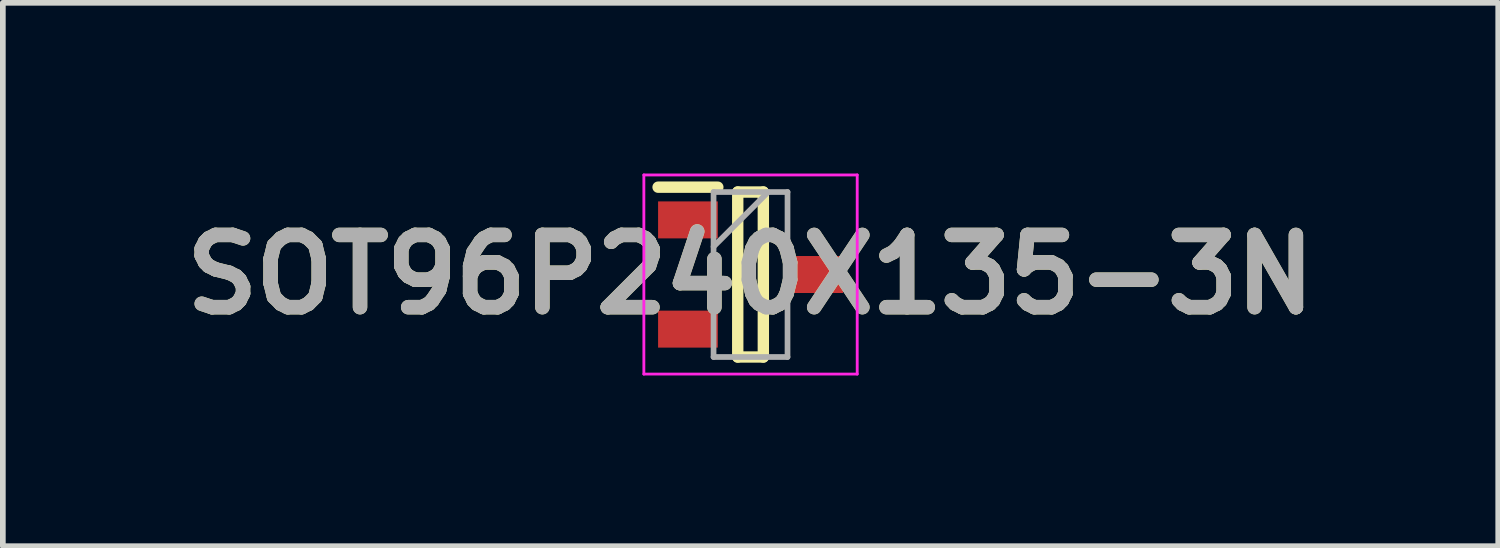
<source format=kicad_pcb>
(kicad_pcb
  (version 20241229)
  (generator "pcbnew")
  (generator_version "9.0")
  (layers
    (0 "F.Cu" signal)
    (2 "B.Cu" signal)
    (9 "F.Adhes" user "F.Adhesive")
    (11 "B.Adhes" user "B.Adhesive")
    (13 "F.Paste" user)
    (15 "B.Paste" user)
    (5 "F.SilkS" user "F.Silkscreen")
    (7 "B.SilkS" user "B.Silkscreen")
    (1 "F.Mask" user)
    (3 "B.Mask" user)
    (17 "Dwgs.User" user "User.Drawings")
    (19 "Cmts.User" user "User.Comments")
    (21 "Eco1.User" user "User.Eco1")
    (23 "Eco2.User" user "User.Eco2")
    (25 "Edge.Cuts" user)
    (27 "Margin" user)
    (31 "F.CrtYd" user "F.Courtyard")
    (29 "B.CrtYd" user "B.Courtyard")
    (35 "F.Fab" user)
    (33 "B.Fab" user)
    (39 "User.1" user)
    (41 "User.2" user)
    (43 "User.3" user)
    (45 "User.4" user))
  (footprint "SOT96P240X135-3N"
    (layer "F.Cu")
    (at 10.142 1.775)
    (property "Reference" "SOT96P240X135-3N" (at 0 0 0) (layer "F.SilkS") (effects (font (size 1.27 1.27) (thickness 0.254))))
    (attr smd)
    (fp_line (start -1.625 -1.535) (end -0.575 -1.535) (stroke (width 0.2) (type solid)) (layer "F.SilkS"))
    (fp_line (start -0.225 -1.45) (end 0.225 -1.45) (stroke (width 0.2) (type solid)) (layer "F.SilkS"))
    (fp_line (start -0.225 1.45) (end -0.225 -1.45) (stroke (width 0.2) (type solid)) (layer "F.SilkS"))
    (fp_line (start 0.225 -1.45) (end 0.225 1.45) (stroke (width 0.2) (type solid)) (layer "F.SilkS"))
    (fp_line (start 0.225 1.45) (end -0.225 1.45) (stroke (width 0.2) (type solid)) (layer "F.SilkS"))
    (fp_line (start -1.875 -1.75) (end 1.875 -1.75) (stroke (width 0.05) (type solid)) (layer "F.CrtYd"))
    (fp_line (start -1.875 1.75) (end -1.875 -1.75) (stroke (width 0.05) (type solid)) (layer "F.CrtYd"))
    (fp_line (start 1.875 -1.75) (end 1.875 1.75) (stroke (width 0.05) (type solid)) (layer "F.CrtYd"))
    (fp_line (start 1.875 1.75) (end -1.875 1.75) (stroke (width 0.05) (type solid)) (layer "F.CrtYd"))
    (fp_line (start -0.65 -1.45) (end 0.65 -1.45) (stroke (width 0.1) (type solid)) (layer "F.Fab"))
    (fp_line (start -0.65 -0.49) (end 0.31 -1.45) (stroke (width 0.1) (type solid)) (layer "F.Fab"))
    (fp_line (start -0.65 1.45) (end -0.65 -1.45) (stroke (width 0.1) (type solid)) (layer "F.Fab"))
    (fp_line (start 0.65 -1.45) (end 0.65 1.45) (stroke (width 0.1) (type solid)) (layer "F.Fab"))
    (fp_line (start 0.65 1.45) (end -0.65 1.45) (stroke (width 0.1) (type solid)) (layer "F.Fab"))
    (fp_text user "${REFERENCE}" (at 0 0 0) (layer "F.Fab") (effects (font (size 1.27 1.27) (thickness 0.254))))
    (pad "1" smd rect (at -1.1 -0.96 90) (size 0.65 1.05) (layers "F.Cu" "F.Mask" "F.Paste"))
    (pad "2" smd rect (at -1.1 0.96 90) (size 0.65 1.05) (layers "F.Cu" "F.Mask" "F.Paste"))
    (pad "3" smd rect (at 1.1 0 90) (size 0.65 1.05) (layers "F.Cu" "F.Mask" "F.Paste")))
  (gr_rect
    (start -3 -3)
    (end 23.284 6.55)
    (stroke (width 0.1) (type default))
    (fill no)
    (layer "Edge.Cuts")))
</source>
